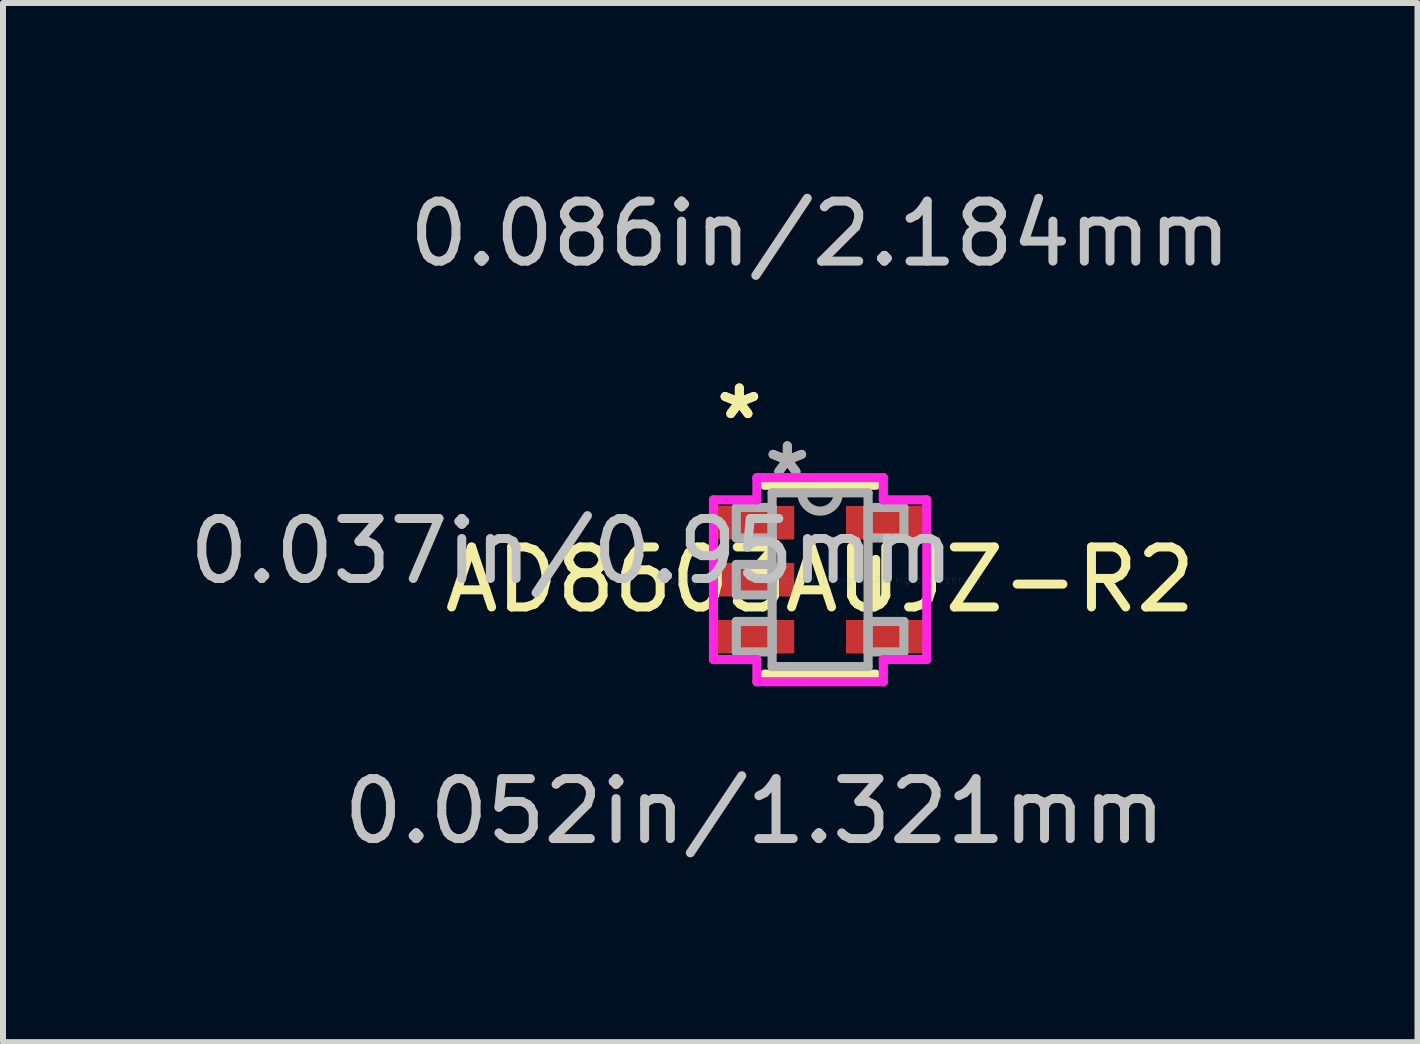
<source format=kicad_pcb>
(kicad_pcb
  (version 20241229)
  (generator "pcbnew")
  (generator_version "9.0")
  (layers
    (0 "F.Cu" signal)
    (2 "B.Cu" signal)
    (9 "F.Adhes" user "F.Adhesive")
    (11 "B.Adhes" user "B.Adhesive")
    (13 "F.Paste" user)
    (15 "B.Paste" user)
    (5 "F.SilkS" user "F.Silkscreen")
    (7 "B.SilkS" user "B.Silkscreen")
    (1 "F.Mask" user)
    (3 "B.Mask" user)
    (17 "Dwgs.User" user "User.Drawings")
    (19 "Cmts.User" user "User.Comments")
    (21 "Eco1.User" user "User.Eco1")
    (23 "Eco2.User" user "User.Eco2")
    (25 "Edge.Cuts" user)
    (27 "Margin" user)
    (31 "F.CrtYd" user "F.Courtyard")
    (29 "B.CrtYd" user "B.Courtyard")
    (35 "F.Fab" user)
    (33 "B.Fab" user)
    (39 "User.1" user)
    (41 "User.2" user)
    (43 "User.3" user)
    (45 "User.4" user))
  (footprint "AD8603AUJZ-R2"
    (layer "F.Cu")
    (at 10.622 6.614)
    (property "Reference" "AD8603AUJZ-R2" (at 0 0 0) (layer "F.SilkS") (effects (font (size 1 1) (thickness 0.15))))
    (attr through_hole)
    (fp_line (start -0.927 1.575) (end 0.927 1.575) (stroke (width 0.152) (type solid)) (layer "F.SilkS"))
    (fp_line (start 0.927 -1.575) (end -0.927 -1.575) (stroke (width 0.152) (type solid)) (layer "F.SilkS"))
    (fp_line (start 0.927 0.338) (end 0.927 -0.338) (stroke (width 0.152) (type solid)) (layer "F.SilkS"))
    (fp_line (start -1.778 -1.331) (end -1.054 -1.331) (stroke (width 0.152) (type solid)) (layer "F.CrtYd"))
    (fp_line (start -1.778 1.331) (end -1.778 -1.331) (stroke (width 0.152) (type solid)) (layer "F.CrtYd"))
    (fp_line (start -1.054 -1.702) (end 1.054 -1.702) (stroke (width 0.152) (type solid)) (layer "F.CrtYd"))
    (fp_line (start -1.054 -1.331) (end -1.054 -1.702) (stroke (width 0.152) (type solid)) (layer "F.CrtYd"))
    (fp_line (start -1.054 1.331) (end -1.778 1.331) (stroke (width 0.152) (type solid)) (layer "F.CrtYd"))
    (fp_line (start -1.054 1.702) (end -1.054 1.331) (stroke (width 0.152) (type solid)) (layer "F.CrtYd"))
    (fp_line (start 1.054 -1.702) (end 1.054 -1.331) (stroke (width 0.152) (type solid)) (layer "F.CrtYd"))
    (fp_line (start 1.054 -1.331) (end 1.778 -1.331) (stroke (width 0.152) (type solid)) (layer "F.CrtYd"))
    (fp_line (start 1.054 1.331) (end 1.054 1.702) (stroke (width 0.152) (type solid)) (layer "F.CrtYd"))
    (fp_line (start 1.054 1.702) (end -1.054 1.702) (stroke (width 0.152) (type solid)) (layer "F.CrtYd"))
    (fp_line (start 1.778 -1.331) (end 1.778 1.331) (stroke (width 0.152) (type solid)) (layer "F.CrtYd"))
    (fp_line (start 1.778 1.331) (end 1.054 1.331) (stroke (width 0.152) (type solid)) (layer "F.CrtYd"))
    (fp_line (start -1.397 -1.204) (end -1.397 -0.696) (stroke (width 0.152) (type solid)) (layer "F.Fab"))
    (fp_line (start -1.397 -0.696) (end -0.8 -0.696) (stroke (width 0.152) (type solid)) (layer "F.Fab"))
    (fp_line (start -1.397 -0.254) (end -1.397 0.254) (stroke (width 0.152) (type solid)) (layer "F.Fab"))
    (fp_line (start -1.397 0.254) (end -0.8 0.254) (stroke (width 0.152) (type solid)) (layer "F.Fab"))
    (fp_line (start -1.397 0.696) (end -1.397 1.204) (stroke (width 0.152) (type solid)) (layer "F.Fab"))
    (fp_line (start -1.397 1.204) (end -0.8 1.204) (stroke (width 0.152) (type solid)) (layer "F.Fab"))
    (fp_line (start -0.8 -1.448) (end -0.8 1.448) (stroke (width 0.152) (type solid)) (layer "F.Fab"))
    (fp_line (start -0.8 -1.204) (end -1.397 -1.204) (stroke (width 0.152) (type solid)) (layer "F.Fab"))
    (fp_line (start -0.8 -0.696) (end -0.8 -1.204) (stroke (width 0.152) (type solid)) (layer "F.Fab"))
    (fp_line (start -0.8 -0.254) (end -1.397 -0.254) (stroke (width 0.152) (type solid)) (layer "F.Fab"))
    (fp_line (start -0.8 0.254) (end -0.8 -0.254) (stroke (width 0.152) (type solid)) (layer "F.Fab"))
    (fp_line (start -0.8 0.696) (end -1.397 0.696) (stroke (width 0.152) (type solid)) (layer "F.Fab"))
    (fp_line (start -0.8 1.204) (end -0.8 0.696) (stroke (width 0.152) (type solid)) (layer "F.Fab"))
    (fp_line (start -0.8 1.448) (end 0.8 1.448) (stroke (width 0.152) (type solid)) (layer "F.Fab"))
    (fp_line (start 0.8 -1.448) (end -0.8 -1.448) (stroke (width 0.152) (type solid)) (layer "F.Fab"))
    (fp_line (start 0.8 -1.204) (end 0.8 -0.696) (stroke (width 0.152) (type solid)) (layer "F.Fab"))
    (fp_line (start 0.8 -0.696) (end 1.397 -0.696) (stroke (width 0.152) (type solid)) (layer "F.Fab"))
    (fp_line (start 0.8 0.696) (end 0.8 1.204) (stroke (width 0.152) (type solid)) (layer "F.Fab"))
    (fp_line (start 0.8 1.204) (end 1.397 1.204) (stroke (width 0.152) (type solid)) (layer "F.Fab"))
    (fp_line (start 0.8 1.448) (end 0.8 -1.448) (stroke (width 0.152) (type solid)) (layer "F.Fab"))
    (fp_line (start 1.397 -1.204) (end 0.8 -1.204) (stroke (width 0.152) (type solid)) (layer "F.Fab"))
    (fp_line (start 1.397 -0.696) (end 1.397 -1.204) (stroke (width 0.152) (type solid)) (layer "F.Fab"))
    (fp_line (start 1.397 0.696) (end 0.8 0.696) (stroke (width 0.152) (type solid)) (layer "F.Fab"))
    (fp_line (start 1.397 1.204) (end 1.397 0.696) (stroke (width 0.152) (type solid)) (layer "F.Fab"))
    (fp_arc (start 0.3048 -1.4478) (mid 0 -1.143) (end -0.3048 -1.4478) (stroke (width 0.1524) (type solid)) (layer "F.Fab"))
    (fp_text user "*" (at -1.346 -2.652 0) (layer "F.SilkS") (effects (font (size 1 1) (thickness 0.15))))
    (fp_text user "*" (at -1.346 -2.652 0) (layer "F.SilkS") (effects (font (size 1 1) (thickness 0.15))))
    (fp_text user "0.052in/1.321mm" (at -1.092 3.861 0) (layer "Dwgs.User") (effects (font (size 1 1) (thickness 0.15))))
    (fp_text user "0.037in/0.95mm" (at -4.14 -0.475 0) (layer "Dwgs.User") (effects (font (size 1 1) (thickness 0.15))))
    (fp_text user "0.086in/2.184mm" (at 0 -5.766 0) (layer "Dwgs.User") (effects (font (size 1 1) (thickness 0.15))))
    (fp_text user "Copyright 2016 Accelerated Designs. All rights reserved." (at 0 0 0) (layer "Cmts.User") (effects (font (size 0.127 0.127) (thickness 0.002))))
    (fp_text user "*" (at -0.546 -1.687 0) (layer "F.Fab") (effects (font (size 1 1) (thickness 0.15))))
    (fp_text user "*" (at -0.546 -1.687 0) (layer "F.Fab") (effects (font (size 1 1) (thickness 0.15))))
    (pad "1" smd rect (at -1.092 -0.95) (size 1.321 0.559) (layers "F.Cu" "F.Mask" "F.Paste"))
    (pad "2" smd rect (at -1.092 0) (size 1.321 0.559) (layers "F.Cu" "F.Mask" "F.Paste"))
    (pad "3" smd rect (at -1.092 0.95) (size 1.321 0.559) (layers "F.Cu" "F.Mask" "F.Paste"))
    (pad "4" smd rect (at 1.092 0.95) (size 1.321 0.559) (layers "F.Cu" "F.Mask" "F.Paste"))
    (pad "5" smd rect (at 1.092 -0.95) (size 1.321 0.559) (layers "F.Cu" "F.Mask" "F.Paste")))
  (gr_rect
    (start -3 -3)
    (end 20.581 14.323)
    (stroke (width 0.1) (type default))
    (fill no)
    (layer "Edge.Cuts")))
</source>
